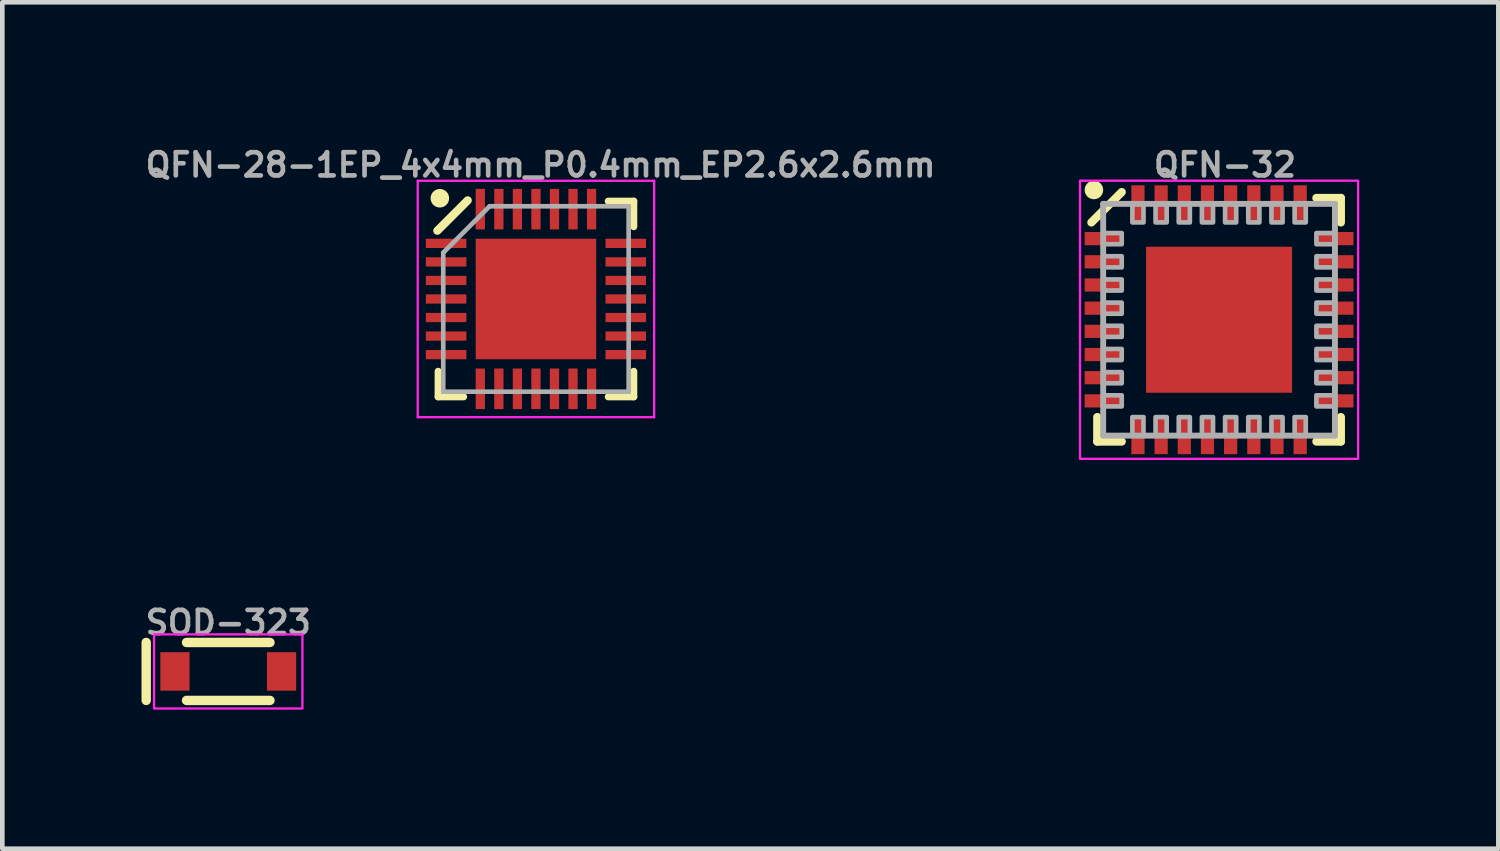
<source format=kicad_pcb>
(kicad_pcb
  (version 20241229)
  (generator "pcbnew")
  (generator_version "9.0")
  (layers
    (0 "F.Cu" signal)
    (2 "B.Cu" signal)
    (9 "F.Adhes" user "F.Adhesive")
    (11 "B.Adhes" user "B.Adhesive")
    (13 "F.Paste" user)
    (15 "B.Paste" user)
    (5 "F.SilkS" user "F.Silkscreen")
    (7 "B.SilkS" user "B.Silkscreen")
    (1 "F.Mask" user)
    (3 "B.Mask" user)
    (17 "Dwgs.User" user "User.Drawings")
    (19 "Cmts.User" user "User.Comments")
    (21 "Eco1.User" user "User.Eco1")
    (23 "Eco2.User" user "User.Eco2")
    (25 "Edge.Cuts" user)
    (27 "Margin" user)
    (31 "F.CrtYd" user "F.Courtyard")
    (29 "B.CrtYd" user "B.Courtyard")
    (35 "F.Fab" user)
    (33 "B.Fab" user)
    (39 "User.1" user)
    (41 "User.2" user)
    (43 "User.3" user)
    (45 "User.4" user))
  (footprint "SOD-323"
    (layer "F.Cu")
    (at 1.874 11.435)
    (property "Reference" "SOD-323" (at 0 -0.762 0) (layer "F.Fab") (effects (font (size 0.5 0.5) (thickness 0.1) (bold yes)) (justify bottom)))
    (attr smd)
    (fp_line (start -1.77 -0.625) (end -1.77 0.625) (stroke (width 0.203) (type solid)) (layer "F.SilkS"))
    (fp_line (start -0.9 -0.625) (end 0.9 -0.625) (stroke (width 0.203) (type solid)) (layer "F.SilkS"))
    (fp_line (start -0.9 0.625) (end 0.9 0.625) (stroke (width 0.203) (type solid)) (layer "F.SilkS"))
    (fp_rect (start -1.6 -0.8) (end 1.6 0.8) (stroke (width 0.05) (type default)) (fill no) (layer "F.CrtYd"))
    (pad "1" smd rect (at -1.15 0) (size 0.63 0.83) (layers "F.Cu" "F.Mask" "F.Paste"))
    (pad "2" smd rect (at 1.15 0) (size 0.63 0.83) (layers "F.Cu" "F.Mask" "F.Paste")))
  (footprint "QFN-28-1EP_4x4mm_P0.4mm_EP2.6x2.6mm"
    (layer "F.Cu")
    (at 8.512 3.4)
    (property "Reference" "QFN-28-1EP_4x4mm_P0.4mm_EP2.6x2.6mm" (at 0.1 -2.6 0) (layer "F.Fab") (effects (font (size 0.5 0.5) (thickness 0.1)) (justify bottom)))
    (attr smd)
    (fp_line (start -2.11 2.11) (end -2.11 1.56) (stroke (width 0.152) (type solid)) (layer "F.SilkS"))
    (fp_line (start -1.56 2.11) (end -2.11 2.11) (stroke (width 0.152) (type solid)) (layer "F.SilkS"))
    (fp_line (start -1.473 -2.127) (end -2.127 -1.473) (stroke (width 0.178) (type solid)) (layer "F.SilkS"))
    (fp_line (start 1.56 -2.11) (end 2.11 -2.11) (stroke (width 0.152) (type solid)) (layer "F.SilkS"))
    (fp_line (start 1.56 2.11) (end 2.11 2.11) (stroke (width 0.152) (type solid)) (layer "F.SilkS"))
    (fp_line (start 2.11 -2.11) (end 2.11 -1.56) (stroke (width 0.152) (type solid)) (layer "F.SilkS"))
    (fp_line (start 2.11 2.11) (end 2.11 1.56) (stroke (width 0.152) (type solid)) (layer "F.SilkS"))
    (fp_circle (center -2.073 -2.173) (end -2.073 -2.073) (stroke (width 0.2) (type solid)) (fill yes) (layer "F.SilkS"))
    (fp_line (start -2.55 -2.55) (end -2.55 2.55) (stroke (width 0.05) (type solid)) (layer "F.CrtYd"))
    (fp_line (start -2.55 2.55) (end 2.55 2.55) (stroke (width 0.05) (type solid)) (layer "F.CrtYd"))
    (fp_line (start 2.55 -2.55) (end -2.55 -2.55) (stroke (width 0.05) (type solid)) (layer "F.CrtYd"))
    (fp_line (start 2.55 2.55) (end 2.55 -2.55) (stroke (width 0.05) (type solid)) (layer "F.CrtYd"))
    (fp_line (start -2 -1) (end -1 -2) (stroke (width 0.1) (type solid)) (layer "F.Fab"))
    (fp_line (start -2 2) (end -2 -1) (stroke (width 0.1) (type solid)) (layer "F.Fab"))
    (fp_line (start -1 -2) (end 2 -2) (stroke (width 0.1) (type solid)) (layer "F.Fab"))
    (fp_line (start 2 -2) (end 2 2) (stroke (width 0.1) (type solid)) (layer "F.Fab"))
    (fp_line (start 2 2) (end -2 2) (stroke (width 0.1) (type solid)) (layer "F.Fab"))
    (pad "" smd roundrect (at -0.65 -0.65) (size 1.05 1.05) (layers "F.Paste") (roundrect_rratio 0.238))
    (pad "" smd roundrect (at -0.65 0.65) (size 1.05 1.05) (layers "F.Paste") (roundrect_rratio 0.238))
    (pad "" smd roundrect (at 0.65 -0.65) (size 1.05 1.05) (layers "F.Paste") (roundrect_rratio 0.238))
    (pad "" smd roundrect (at 0.65 0.65) (size 1.05 1.05) (layers "F.Paste") (roundrect_rratio 0.238))
    (pad "1" smd rect (at -1.938 -1.2) (size 0.875 0.2) (layers "F.Cu" "F.Mask" "F.Paste"))
    (pad "2" smd rect (at -1.938 -0.8) (size 0.875 0.2) (layers "F.Cu" "F.Mask" "F.Paste"))
    (pad "3" smd rect (at -1.938 -0.4) (size 0.875 0.2) (layers "F.Cu" "F.Mask" "F.Paste"))
    (pad "4" smd rect (at -1.938 0) (size 0.875 0.2) (layers "F.Cu" "F.Mask" "F.Paste"))
    (pad "5" smd rect (at -1.938 0.4) (size 0.875 0.2) (layers "F.Cu" "F.Mask" "F.Paste"))
    (pad "6" smd rect (at -1.938 0.8) (size 0.875 0.2) (layers "F.Cu" "F.Mask" "F.Paste"))
    (pad "7" smd rect (at -1.938 1.2) (size 0.875 0.2) (layers "F.Cu" "F.Mask" "F.Paste"))
    (pad "8" smd rect (at -1.2 1.938) (size 0.2 0.875) (layers "F.Cu" "F.Mask" "F.Paste"))
    (pad "9" smd rect (at -0.8 1.938) (size 0.2 0.875) (layers "F.Cu" "F.Mask" "F.Paste"))
    (pad "10" smd rect (at -0.4 1.938) (size 0.2 0.875) (layers "F.Cu" "F.Mask" "F.Paste"))
    (pad "11" smd rect (at 0 1.938) (size 0.2 0.875) (layers "F.Cu" "F.Mask" "F.Paste"))
    (pad "12" smd rect (at 0.4 1.938) (size 0.2 0.875) (layers "F.Cu" "F.Mask" "F.Paste"))
    (pad "13" smd rect (at 0.8 1.938) (size 0.2 0.875) (layers "F.Cu" "F.Mask" "F.Paste"))
    (pad "14" smd rect (at 1.2 1.938) (size 0.2 0.875) (layers "F.Cu" "F.Mask" "F.Paste"))
    (pad "15" smd rect (at 1.938 1.2) (size 0.875 0.2) (layers "F.Cu" "F.Mask" "F.Paste"))
    (pad "16" smd rect (at 1.938 0.8) (size 0.875 0.2) (layers "F.Cu" "F.Mask" "F.Paste"))
    (pad "17" smd rect (at 1.938 0.4) (size 0.875 0.2) (layers "F.Cu" "F.Mask" "F.Paste"))
    (pad "18" smd rect (at 1.938 0) (size 0.875 0.2) (layers "F.Cu" "F.Mask" "F.Paste"))
    (pad "19" smd rect (at 1.938 -0.4) (size 0.875 0.2) (layers "F.Cu" "F.Mask" "F.Paste"))
    (pad "20" smd rect (at 1.938 -0.8) (size 0.875 0.2) (layers "F.Cu" "F.Mask" "F.Paste"))
    (pad "21" smd rect (at 1.938 -1.2) (size 0.875 0.2) (layers "F.Cu" "F.Mask" "F.Paste"))
    (pad "22" smd rect (at 1.2 -1.938) (size 0.2 0.875) (layers "F.Cu" "F.Mask" "F.Paste"))
    (pad "23" smd rect (at 0.8 -1.938) (size 0.2 0.875) (layers "F.Cu" "F.Mask" "F.Paste"))
    (pad "24" smd rect (at 0.4 -1.938) (size 0.2 0.875) (layers "F.Cu" "F.Mask" "F.Paste"))
    (pad "25" smd rect (at 0 -1.938) (size 0.2 0.875) (layers "F.Cu" "F.Mask" "F.Paste"))
    (pad "26" smd rect (at -0.4 -1.938) (size 0.2 0.875) (layers "F.Cu" "F.Mask" "F.Paste"))
    (pad "27" smd rect (at -0.8 -1.938) (size 0.2 0.875) (layers "F.Cu" "F.Mask" "F.Paste"))
    (pad "28" smd rect (at -1.2 -1.938) (size 0.2 0.875) (layers "F.Cu" "F.Mask" "F.Paste"))
    (pad "29" smd rect (at 0 0) (size 2.6 2.6) (property pad_prop_heatsink) (layers "F.Cu" "F.Mask")))
  (footprint "QFN-32"
    (layer "F.Cu")
    (at 23.249 3.848)
    (property "Reference" "QFN-32" (at 0.127 -3.048 0) (layer "F.Fab") (effects (font (size 0.5 0.5) (thickness 0.1)) (justify bottom)))
    (attr smd)
    (fp_line (start -2.627 2.627) (end -2.627 2.1) (stroke (width 0.178) (type solid)) (layer "F.SilkS"))
    (fp_line (start -2.1 -2.754) (end -2.754 -2.1) (stroke (width 0.178) (type solid)) (layer "F.SilkS"))
    (fp_line (start -2.1 2.627) (end -2.627 2.627) (stroke (width 0.178) (type solid)) (layer "F.SilkS"))
    (fp_line (start 2.1 -2.627) (end 2.627 -2.627) (stroke (width 0.178) (type solid)) (layer "F.SilkS"))
    (fp_line (start 2.627 -2.627) (end 2.627 -2.1) (stroke (width 0.178) (type solid)) (layer "F.SilkS"))
    (fp_line (start 2.627 2.1) (end 2.627 2.627) (stroke (width 0.178) (type solid)) (layer "F.SilkS"))
    (fp_line (start 2.627 2.627) (end 2.1 2.627) (stroke (width 0.178) (type solid)) (layer "F.SilkS"))
    (fp_circle (center -2.7 -2.8) (end -2.7 -2.7) (stroke (width 0.2) (type solid)) (fill yes) (layer "F.SilkS"))
    (fp_poly (pts (xy -1.3 -0.3) (xy -0.3 -0.3) (xy -0.3 -1.3) (xy -1.3 -1.3)) (stroke (width 0) (type default)) (fill yes) (layer "F.Paste"))
    (fp_poly (pts (xy -0.3 1.3) (xy -0.3 0.3) (xy -1.3 0.3) (xy -1.3 1.3)) (stroke (width 0) (type default)) (fill yes) (layer "F.Paste"))
    (fp_poly (pts (xy 0.2 -1.3) (xy 0.2 -0.3) (xy 1.3 -0.3) (xy 1.3 -1.3)) (stroke (width 0) (type default)) (fill yes) (layer "F.Paste"))
    (fp_poly (pts (xy 1.3 0.3) (xy 0.3 0.3) (xy 0.3 1.3) (xy 1.3 1.3)) (stroke (width 0) (type default)) (fill yes) (layer "F.Paste"))
    (fp_rect (start -3 -3) (end 3 3) (stroke (width 0.05) (type default)) (fill no) (layer "F.CrtYd"))
    (fp_line (start -2.5 -2.5) (end -2.5 2.5) (stroke (width 0.127) (type solid)) (layer "F.Fab"))
    (fp_line (start -2.5 2.5) (end 2.5 2.5) (stroke (width 0.127) (type solid)) (layer "F.Fab"))
    (fp_line (start 2.5 -2.5) (end -2.5 -2.5) (stroke (width 0.127) (type solid)) (layer "F.Fab"))
    (fp_line (start 2.5 2.5) (end 2.5 -2.5) (stroke (width 0.127) (type solid)) (layer "F.Fab"))
    (fp_poly (pts (xy -2.5 -1.63) (xy -2.1 -1.63) (xy -2.1 -1.87) (xy -2.5 -1.87)) (stroke (width 0.1) (type default)) (fill no) (layer "F.Fab"))
    (fp_poly (pts (xy -2.5 -1.13) (xy -2.1 -1.13) (xy -2.1 -1.37) (xy -2.5 -1.37)) (stroke (width 0.1) (type default)) (fill no) (layer "F.Fab"))
    (fp_poly (pts (xy -2.5 -0.63) (xy -2.1 -0.63) (xy -2.1 -0.87) (xy -2.5 -0.87)) (stroke (width 0.1) (type default)) (fill no) (layer "F.Fab"))
    (fp_poly (pts (xy -2.5 -0.13) (xy -2.1 -0.13) (xy -2.1 -0.37) (xy -2.5 -0.37)) (stroke (width 0.1) (type default)) (fill no) (layer "F.Fab"))
    (fp_poly (pts (xy -2.5 0.37) (xy -2.1 0.37) (xy -2.1 0.13) (xy -2.5 0.13)) (stroke (width 0.1) (type default)) (fill no) (layer "F.Fab"))
    (fp_poly (pts (xy -2.5 0.87) (xy -2.1 0.87) (xy -2.1 0.63) (xy -2.5 0.63)) (stroke (width 0.1) (type default)) (fill no) (layer "F.Fab"))
    (fp_poly (pts (xy -2.5 1.37) (xy -2.1 1.37) (xy -2.1 1.13) (xy -2.5 1.13)) (stroke (width 0.1) (type default)) (fill no) (layer "F.Fab"))
    (fp_poly (pts (xy -2.5 1.87) (xy -2.1 1.87) (xy -2.1 1.63) (xy -2.5 1.63)) (stroke (width 0.1) (type default)) (fill no) (layer "F.Fab"))
    (fp_poly (pts (xy -1.87 -2.5) (xy -1.87 -2.1) (xy -1.63 -2.1) (xy -1.63 -2.5)) (stroke (width 0.1) (type default)) (fill no) (layer "F.Fab"))
    (fp_poly (pts (xy -1.63 2.5) (xy -1.63 2.1) (xy -1.87 2.1) (xy -1.87 2.5)) (stroke (width 0.1) (type default)) (fill no) (layer "F.Fab"))
    (fp_poly (pts (xy -1.37 -2.5) (xy -1.37 -2.1) (xy -1.13 -2.1) (xy -1.13 -2.5)) (stroke (width 0.1) (type default)) (fill no) (layer "F.Fab"))
    (fp_poly (pts (xy -1.13 2.5) (xy -1.13 2.1) (xy -1.37 2.1) (xy -1.37 2.5)) (stroke (width 0.1) (type default)) (fill no) (layer "F.Fab"))
    (fp_poly (pts (xy -0.87 -2.5) (xy -0.87 -2.1) (xy -0.63 -2.1) (xy -0.63 -2.5)) (stroke (width 0.1) (type default)) (fill no) (layer "F.Fab"))
    (fp_poly (pts (xy -0.63 2.5) (xy -0.63 2.1) (xy -0.87 2.1) (xy -0.87 2.5)) (stroke (width 0.1) (type default)) (fill no) (layer "F.Fab"))
    (fp_poly (pts (xy -0.37 -2.5) (xy -0.37 -2.1) (xy -0.13 -2.1) (xy -0.13 -2.5)) (stroke (width 0.1) (type default)) (fill no) (layer "F.Fab"))
    (fp_poly (pts (xy -0.13 2.5) (xy -0.13 2.1) (xy -0.37 2.1) (xy -0.37 2.5)) (stroke (width 0.1) (type default)) (fill no) (layer "F.Fab"))
    (fp_poly (pts (xy 0.13 -2.5) (xy 0.13 -2.1) (xy 0.37 -2.1) (xy 0.37 -2.5)) (stroke (width 0.1) (type default)) (fill no) (layer "F.Fab"))
    (fp_poly (pts (xy 0.37 2.5) (xy 0.37 2.1) (xy 0.13 2.1) (xy 0.13 2.5)) (stroke (width 0.1) (type default)) (fill no) (layer "F.Fab"))
    (fp_poly (pts (xy 0.63 -2.5) (xy 0.63 -2.1) (xy 0.87 -2.1) (xy 0.87 -2.5)) (stroke (width 0.1) (type default)) (fill no) (layer "F.Fab"))
    (fp_poly (pts (xy 0.87 2.5) (xy 0.87 2.1) (xy 0.63 2.1) (xy 0.63 2.5)) (stroke (width 0.1) (type default)) (fill no) (layer "F.Fab"))
    (fp_poly (pts (xy 1.13 -2.5) (xy 1.13 -2.1) (xy 1.37 -2.1) (xy 1.37 -2.5)) (stroke (width 0.1) (type default)) (fill no) (layer "F.Fab"))
    (fp_poly (pts (xy 1.37 2.5) (xy 1.37 2.1) (xy 1.13 2.1) (xy 1.13 2.5)) (stroke (width 0.1) (type default)) (fill no) (layer "F.Fab"))
    (fp_poly (pts (xy 1.63 -2.5) (xy 1.63 -2.1) (xy 1.87 -2.1) (xy 1.87 -2.5)) (stroke (width 0.1) (type default)) (fill no) (layer "F.Fab"))
    (fp_poly (pts (xy 1.87 2.5) (xy 1.87 2.1) (xy 1.63 2.1) (xy 1.63 2.5)) (stroke (width 0.1) (type default)) (fill no) (layer "F.Fab"))
    (fp_poly (pts (xy 2.5 -1.87) (xy 2.1 -1.87) (xy 2.1 -1.63) (xy 2.5 -1.63)) (stroke (width 0.1) (type default)) (fill no) (layer "F.Fab"))
    (fp_poly (pts (xy 2.5 -1.37) (xy 2.1 -1.37) (xy 2.1 -1.13) (xy 2.5 -1.13)) (stroke (width 0.1) (type default)) (fill no) (layer "F.Fab"))
    (fp_poly (pts (xy 2.5 -0.87) (xy 2.1 -0.87) (xy 2.1 -0.63) (xy 2.5 -0.63)) (stroke (width 0.1) (type default)) (fill no) (layer "F.Fab"))
    (fp_poly (pts (xy 2.5 -0.37) (xy 2.1 -0.37) (xy 2.1 -0.13) (xy 2.5 -0.13)) (stroke (width 0.1) (type default)) (fill no) (layer "F.Fab"))
    (fp_poly (pts (xy 2.5 0.13) (xy 2.1 0.13) (xy 2.1 0.37) (xy 2.5 0.37)) (stroke (width 0.1) (type default)) (fill no) (layer "F.Fab"))
    (fp_poly (pts (xy 2.5 0.63) (xy 2.1 0.63) (xy 2.1 0.87) (xy 2.5 0.87)) (stroke (width 0.1) (type default)) (fill no) (layer "F.Fab"))
    (fp_poly (pts (xy 2.5 1.13) (xy 2.1 1.13) (xy 2.1 1.37) (xy 2.5 1.37)) (stroke (width 0.1) (type default)) (fill no) (layer "F.Fab"))
    (fp_poly (pts (xy 2.5 1.63) (xy 2.1 1.63) (xy 2.1 1.87) (xy 2.5 1.87)) (stroke (width 0.1) (type default)) (fill no) (layer "F.Fab"))
    (pad "1" smd rect (at -2.5 -1.75) (size 0.8 0.285) (layers "F.Cu" "F.Mask" "F.Paste"))
    (pad "2" smd rect (at -2.5 -1.25) (size 0.8 0.285) (layers "F.Cu" "F.Mask" "F.Paste"))
    (pad "3" smd rect (at -2.5 -0.75) (size 0.8 0.285) (layers "F.Cu" "F.Mask" "F.Paste"))
    (pad "4" smd rect (at -2.5 -0.25) (size 0.8 0.285) (layers "F.Cu" "F.Mask" "F.Paste"))
    (pad "5" smd rect (at -2.5 0.25) (size 0.8 0.285) (layers "F.Cu" "F.Mask" "F.Paste"))
    (pad "6" smd rect (at -2.5 0.75) (size 0.8 0.285) (layers "F.Cu" "F.Mask" "F.Paste"))
    (pad "7" smd rect (at -2.5 1.25) (size 0.8 0.285) (layers "F.Cu" "F.Mask" "F.Paste"))
    (pad "8" smd rect (at -2.5 1.75) (size 0.8 0.285) (layers "F.Cu" "F.Mask" "F.Paste"))
    (pad "9" smd rect (at -1.75 2.5 90) (size 0.8 0.285) (layers "F.Cu" "F.Mask" "F.Paste"))
    (pad "10" smd rect (at -1.25 2.5 90) (size 0.8 0.285) (layers "F.Cu" "F.Mask" "F.Paste"))
    (pad "11" smd rect (at -0.75 2.5 90) (size 0.8 0.285) (layers "F.Cu" "F.Mask" "F.Paste"))
    (pad "12" smd rect (at -0.25 2.5 90) (size 0.8 0.285) (layers "F.Cu" "F.Mask" "F.Paste"))
    (pad "13" smd rect (at 0.25 2.5 90) (size 0.8 0.285) (layers "F.Cu" "F.Mask" "F.Paste"))
    (pad "14" smd rect (at 0.75 2.5 90) (size 0.8 0.285) (layers "F.Cu" "F.Mask" "F.Paste"))
    (pad "15" smd rect (at 1.25 2.5 90) (size 0.8 0.285) (layers "F.Cu" "F.Mask" "F.Paste"))
    (pad "16" smd rect (at 1.75 2.5 90) (size 0.8 0.285) (layers "F.Cu" "F.Mask" "F.Paste"))
    (pad "17" smd rect (at 2.5 1.75 180) (size 0.8 0.285) (layers "F.Cu" "F.Mask" "F.Paste"))
    (pad "18" smd rect (at 2.5 1.25 180) (size 0.8 0.285) (layers "F.Cu" "F.Mask" "F.Paste"))
    (pad "19" smd rect (at 2.5 0.75 180) (size 0.8 0.285) (layers "F.Cu" "F.Mask" "F.Paste"))
    (pad "20" smd rect (at 2.5 0.25 180) (size 0.8 0.285) (layers "F.Cu" "F.Mask" "F.Paste"))
    (pad "21" smd rect (at 2.5 -0.25 180) (size 0.8 0.285) (layers "F.Cu" "F.Mask" "F.Paste"))
    (pad "22" smd rect (at 2.5 -0.75 180) (size 0.8 0.285) (layers "F.Cu" "F.Mask" "F.Paste"))
    (pad "23" smd rect (at 2.5 -1.25 180) (size 0.8 0.285) (layers "F.Cu" "F.Mask" "F.Paste"))
    (pad "24" smd rect (at 2.5 -1.75 180) (size 0.8 0.285) (layers "F.Cu" "F.Mask" "F.Paste"))
    (pad "25" smd rect (at 1.75 -2.5 270) (size 0.8 0.285) (layers "F.Cu" "F.Mask" "F.Paste"))
    (pad "26" smd rect (at 1.25 -2.5 270) (size 0.8 0.285) (layers "F.Cu" "F.Mask" "F.Paste"))
    (pad "27" smd rect (at 0.75 -2.5 270) (size 0.8 0.285) (layers "F.Cu" "F.Mask" "F.Paste"))
    (pad "28" smd rect (at 0.25 -2.5 270) (size 0.8 0.285) (layers "F.Cu" "F.Mask" "F.Paste"))
    (pad "29" smd rect (at -0.25 -2.5 270) (size 0.8 0.285) (layers "F.Cu" "F.Mask" "F.Paste"))
    (pad "30" smd rect (at -0.75 -2.5 270) (size 0.8 0.285) (layers "F.Cu" "F.Mask" "F.Paste"))
    (pad "31" smd rect (at -1.25 -2.5 270) (size 0.8 0.285) (layers "F.Cu" "F.Mask" "F.Paste"))
    (pad "32" smd rect (at -1.75 -2.5 270) (size 0.8 0.285) (layers "F.Cu" "F.Mask" "F.Paste"))
    (pad "EP" smd rect (at 0 0) (size 3.15 3.15) (layers "F.Cu" "F.Mask")))
  (gr_rect
    (start -3 -3)
    (end 29.274 15.26)
    (stroke (width 0.1) (type default))
    (fill no)
    (layer "Edge.Cuts")))
</source>
